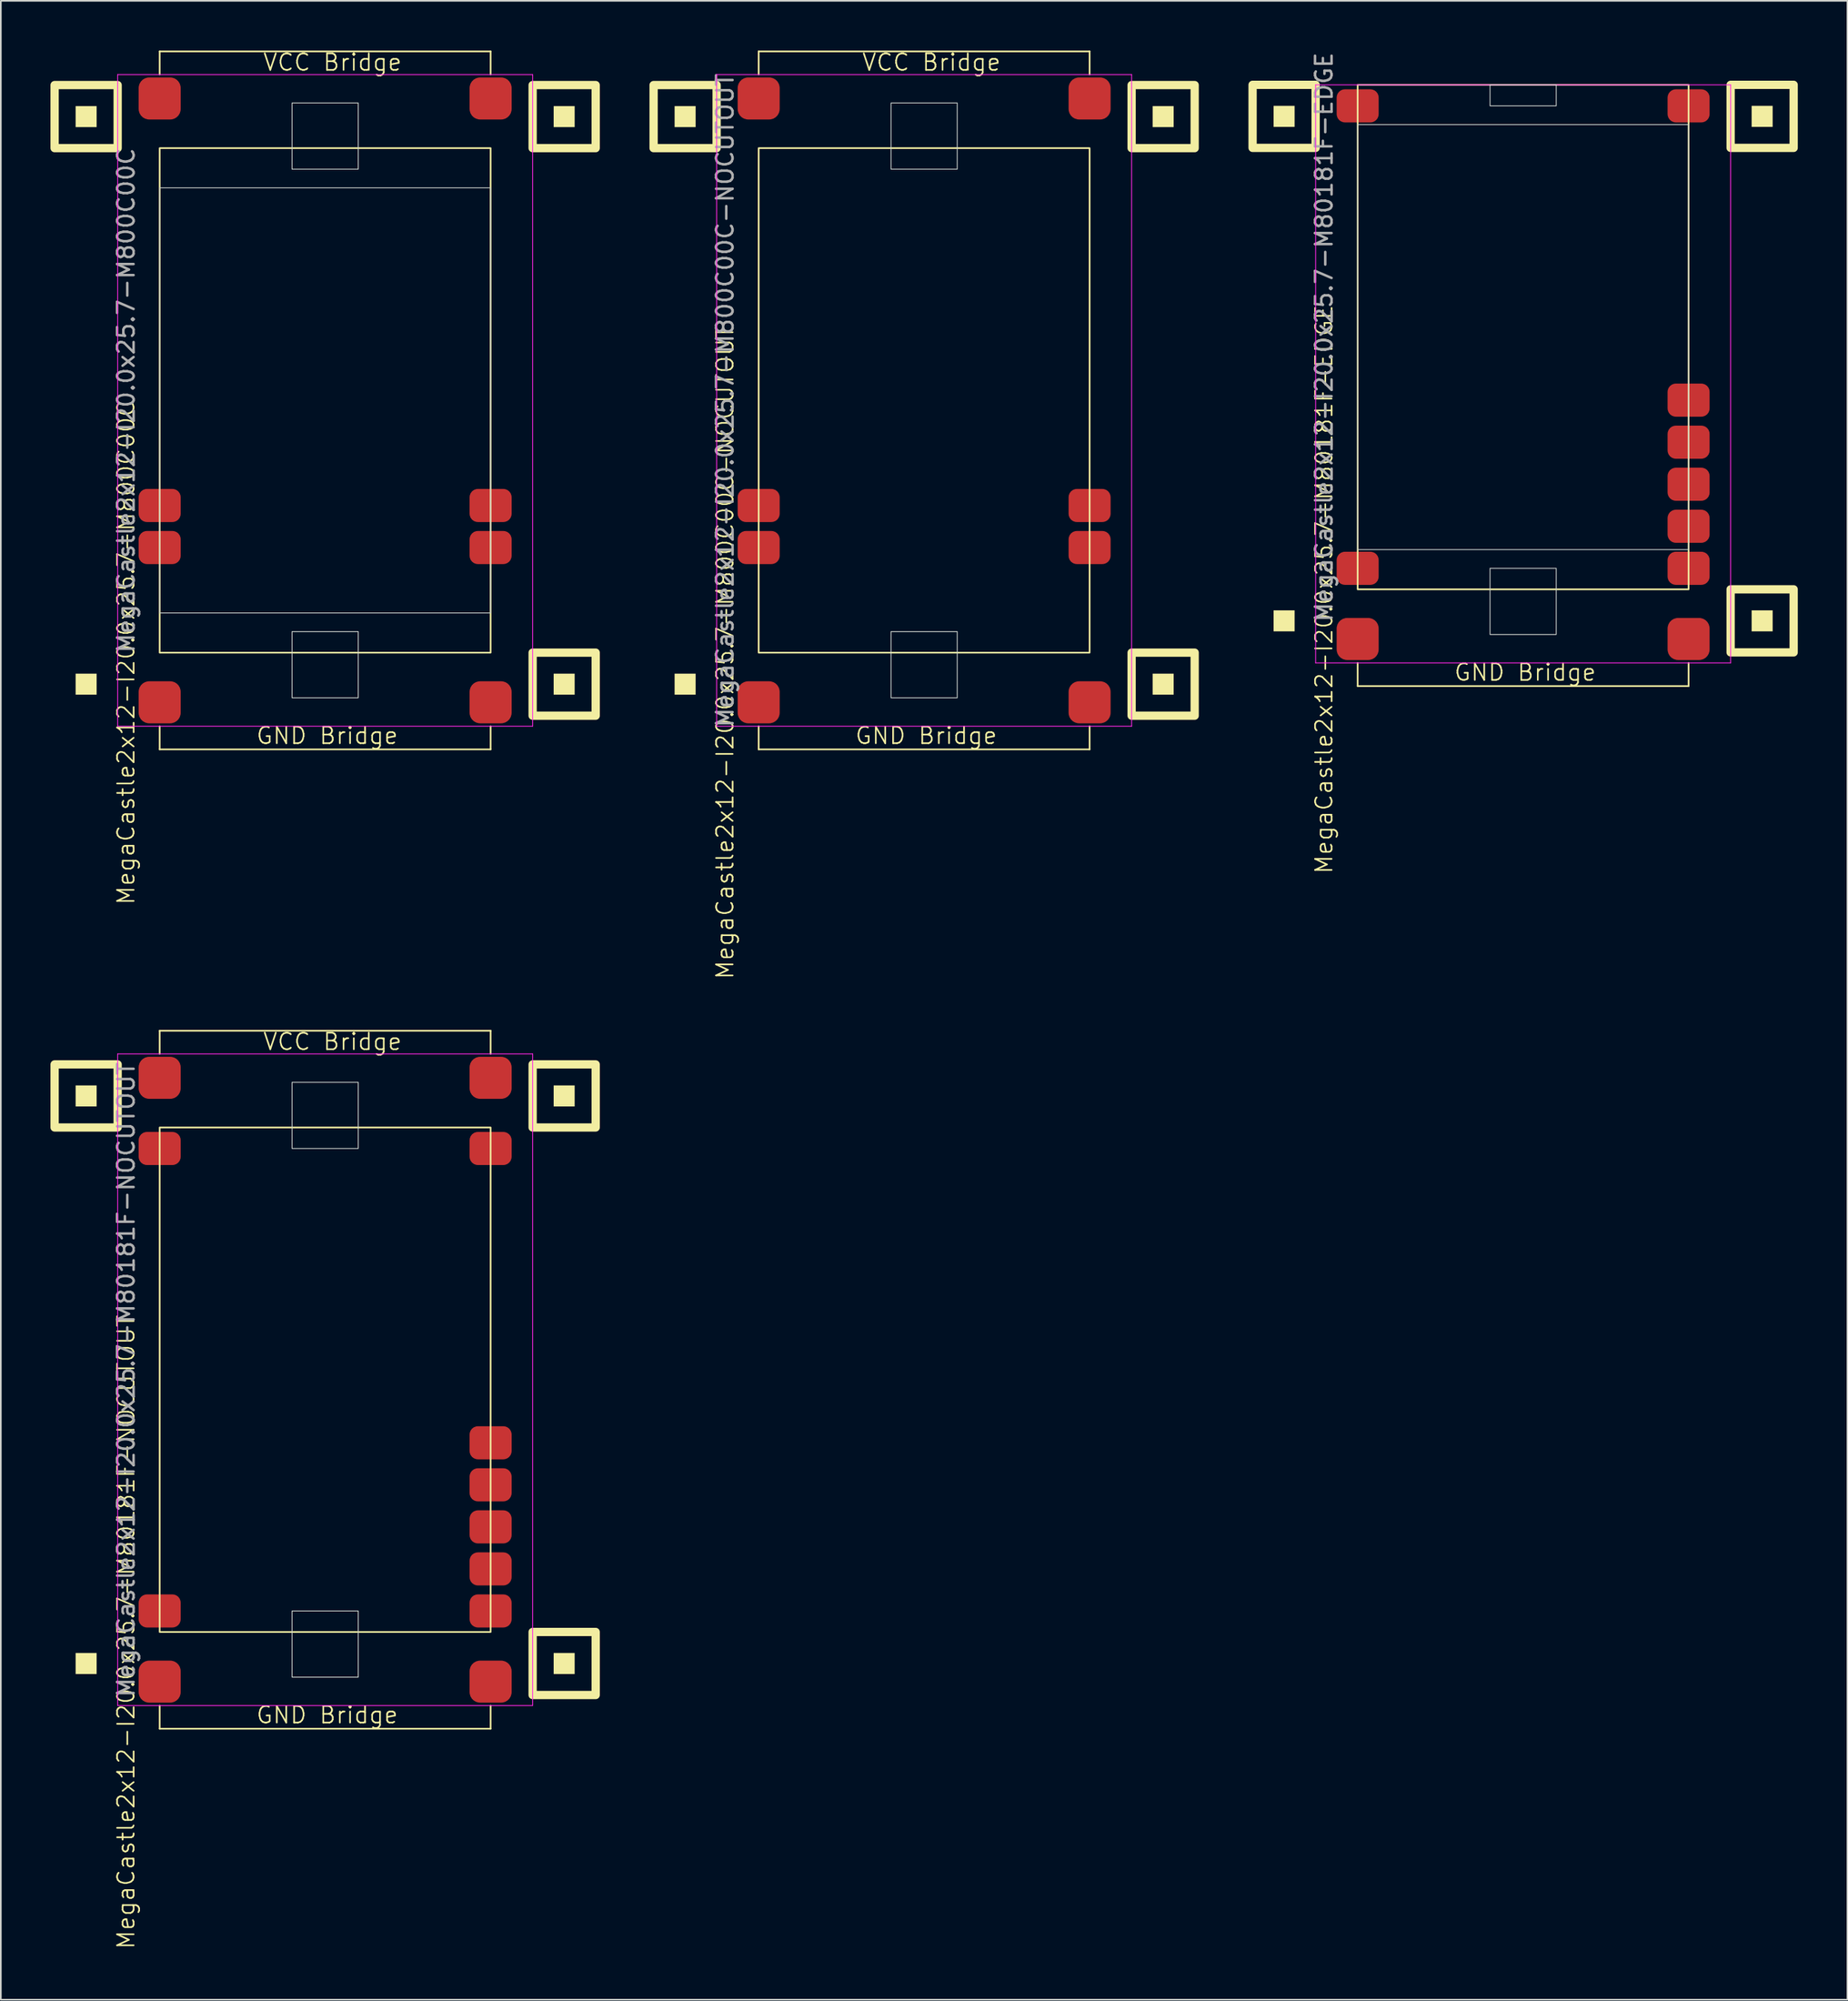
<source format=kicad_pcb>
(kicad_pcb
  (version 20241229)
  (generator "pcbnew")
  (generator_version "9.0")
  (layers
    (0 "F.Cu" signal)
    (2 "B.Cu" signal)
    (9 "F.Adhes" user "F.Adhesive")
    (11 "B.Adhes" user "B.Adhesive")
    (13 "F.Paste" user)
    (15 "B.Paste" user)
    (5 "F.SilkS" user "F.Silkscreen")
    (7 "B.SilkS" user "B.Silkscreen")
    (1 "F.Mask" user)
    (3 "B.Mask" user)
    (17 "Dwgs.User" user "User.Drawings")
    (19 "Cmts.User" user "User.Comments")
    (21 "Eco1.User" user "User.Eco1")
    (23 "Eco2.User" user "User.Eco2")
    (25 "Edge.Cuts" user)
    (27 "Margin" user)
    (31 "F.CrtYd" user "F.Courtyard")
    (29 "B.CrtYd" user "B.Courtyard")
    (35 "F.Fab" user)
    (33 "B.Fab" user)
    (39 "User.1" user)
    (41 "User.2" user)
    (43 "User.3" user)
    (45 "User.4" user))
  (footprint "MegaCastle2x12-I20.0x25.7-M80181F-NOCUTOUT"
    (layer "F.Cu")
    (at 16.6 80.308)
    (property "Reference" "MegaCastle2x12-I20.0x25.7-M80181F-NOCUTOUT" (at -12.032 15.24 90) (unlocked yes) (layer "F.SilkS") (effects (font (size 1 1) (thickness 0.1))))
    (attr smd)
    (fp_line (start -10 -21.085) (end 10 -21.085) (stroke (width 0.1) (type default)) (layer "F.SilkS"))
    (fp_line (start -10 -19.685) (end -10 -21.085) (stroke (width 0.1) (type default)) (layer "F.SilkS"))
    (fp_line (start -10 19.685) (end -10 21.085) (stroke (width 0.1) (type default)) (layer "F.SilkS"))
    (fp_line (start -10 21.085) (end 10 21.085) (stroke (width 0.1) (type default)) (layer "F.SilkS"))
    (fp_line (start 10 -19.685) (end 10 -21.085) (stroke (width 0.1) (type default)) (layer "F.SilkS"))
    (fp_line (start 10 19.685) (end 10 21.085) (stroke (width 0.1) (type default)) (layer "F.SilkS"))
    (fp_rect (start -13.81 -16.51) (end -15.08 -17.78) (stroke (width 0) (type solid)) (fill yes) (layer "F.SilkS"))
    (fp_rect (start -13.81 17.78) (end -15.08 16.51) (stroke (width 0) (type solid)) (fill yes) (layer "F.SilkS"))
    (fp_rect (start -12.54 -15.24) (end -16.35 -19.05) (stroke (width 0.5) (type default)) (fill no) (layer "F.SilkS"))
    (fp_rect (start -10 -15.24) (end 10 15.24) (stroke (width 0.1) (type default)) (fill no) (layer "F.SilkS"))
    (fp_rect (start 15.08 -16.51) (end 13.81 -17.78) (stroke (width 0) (type solid)) (fill yes) (layer "F.SilkS"))
    (fp_rect (start 15.08 17.78) (end 13.81 16.51) (stroke (width 0) (type solid)) (fill yes) (layer "F.SilkS"))
    (fp_rect (start 16.35 -15.24) (end 12.54 -19.05) (stroke (width 0.5) (type default)) (fill no) (layer "F.SilkS"))
    (fp_rect (start 16.35 19.05) (end 12.54 15.24) (stroke (width 0.5) (type default)) (fill no) (layer "F.SilkS"))
    (fp_rect (start -2 -13.97) (end 2 -17.97) (stroke (width 0.05) (type default)) (fill no) (layer "Edge.Cuts"))
    (fp_rect (start -2 13.97) (end 2 17.97) (stroke (width 0.05) (type default)) (fill no) (layer "Edge.Cuts"))
    (fp_line (start -12.54 -19.685) (end -12.54 19.685) (stroke (width 0.05) (type default)) (layer "F.CrtYd"))
    (fp_line (start -12.54 19.685) (end 12.54 19.685) (stroke (width 0.05) (type default)) (layer "F.CrtYd"))
    (fp_line (start 12.54 -19.685) (end -12.54 -19.685) (stroke (width 0.05) (type default)) (layer "F.CrtYd"))
    (fp_line (start 12.54 -19.685) (end 12.54 19.685) (stroke (width 0.05) (type default)) (layer "F.CrtYd"))
    (fp_text user "VCC Bridge" (at -3.81 -19.84 0) (unlocked yes) (layer "F.SilkS") (effects (font (size 1 1) (thickness 0.1)) (justify left bottom)))
    (fp_text user "GND Bridge" (at -4.226 20.84 0) (unlocked yes) (layer "F.SilkS") (effects (font (size 1 1) (thickness 0.1)) (justify left bottom)))
    (fp_text user "${REFERENCE}" (at -12.032 0 90) (unlocked yes) (layer "F.Fab") (effects (font (size 1 1) (thickness 0.15))))
    (pad "1" smd roundrect (at -10 -13.97) (size 2.54 2) (layers "F.Cu" "F.Mask" "F.Paste") (roundrect_rratio 0.25))
    (pad "12" smd roundrect (at -10 13.97) (size 2.54 2) (layers "F.Cu" "F.Mask" "F.Paste") (roundrect_rratio 0.25))
    (pad "13" smd roundrect (at 10 -13.97) (size 2.54 2) (layers "F.Cu" "F.Mask" "F.Paste") (roundrect_rratio 0.25))
    (pad "20" smd roundrect (at 10 3.81) (size 2.54 2) (layers "F.Cu" "F.Mask" "F.Paste") (roundrect_rratio 0.25))
    (pad "21" smd roundrect (at 10 6.35) (size 2.54 2) (layers "F.Cu" "F.Mask" "F.Paste") (roundrect_rratio 0.25))
    (pad "22" smd roundrect (at 10 8.89) (size 2.54 2) (layers "F.Cu" "F.Mask" "F.Paste") (roundrect_rratio 0.25))
    (pad "23" smd roundrect (at 10 11.43) (size 2.54 2) (layers "F.Cu" "F.Mask" "F.Paste") (roundrect_rratio 0.25))
    (pad "24" smd roundrect (at 10 13.97) (size 2.54 2) (layers "F.Cu" "F.Mask" "F.Paste") (roundrect_rratio 0.25))
    (pad "A1" smd roundrect (at -10 -18.24) (size 2.54 2.54) (layers "F.Cu" "F.Mask" "F.Paste") (roundrect_rratio 0.25))
    (pad "A2" smd roundrect (at 10 -18.24) (size 2.54 2.54) (layers "F.Cu" "F.Mask" "F.Paste") (roundrect_rratio 0.25))
    (pad "B1" smd roundrect (at -10 18.24) (size 2.54 2.54) (layers "F.Cu" "F.Mask" "F.Paste") (roundrect_rratio 0.25))
    (pad "B2" smd roundrect (at 10 18.24) (size 2.54 2.54) (layers "F.Cu" "F.Mask" "F.Paste") (roundrect_rratio 0.25)))
  (footprint "MegaCastle2x12-I20.0x25.7-M800C00C-NOCUTOUT"
    (layer "F.Cu")
    (at 52.8 21.14)
    (property "Reference" "MegaCastle2x12-I20.0x25.7-M800C00C-NOCUTOUT" (at -12.032 15.24 90) (unlocked yes) (layer "F.SilkS") (effects (font (size 1 1) (thickness 0.1))))
    (attr smd)
    (fp_line (start -10 -21.085) (end 10 -21.085) (stroke (width 0.1) (type default)) (layer "F.SilkS"))
    (fp_line (start -10 -19.685) (end -10 -21.085) (stroke (width 0.1) (type default)) (layer "F.SilkS"))
    (fp_line (start -10 19.685) (end -10 21.085) (stroke (width 0.1) (type default)) (layer "F.SilkS"))
    (fp_line (start -10 21.085) (end 10 21.085) (stroke (width 0.1) (type default)) (layer "F.SilkS"))
    (fp_line (start 10 -19.685) (end 10 -21.085) (stroke (width 0.1) (type default)) (layer "F.SilkS"))
    (fp_line (start 10 19.685) (end 10 21.085) (stroke (width 0.1) (type default)) (layer "F.SilkS"))
    (fp_rect (start -13.81 -16.51) (end -15.08 -17.78) (stroke (width 0) (type solid)) (fill yes) (layer "F.SilkS"))
    (fp_rect (start -13.81 17.78) (end -15.08 16.51) (stroke (width 0) (type solid)) (fill yes) (layer "F.SilkS"))
    (fp_rect (start -12.54 -15.24) (end -16.35 -19.05) (stroke (width 0.5) (type default)) (fill no) (layer "F.SilkS"))
    (fp_rect (start -10 -15.24) (end 10 15.24) (stroke (width 0.1) (type default)) (fill no) (layer "F.SilkS"))
    (fp_rect (start 15.08 -16.51) (end 13.81 -17.78) (stroke (width 0) (type solid)) (fill yes) (layer "F.SilkS"))
    (fp_rect (start 15.08 17.78) (end 13.81 16.51) (stroke (width 0) (type solid)) (fill yes) (layer "F.SilkS"))
    (fp_rect (start 16.35 -15.24) (end 12.54 -19.05) (stroke (width 0.5) (type default)) (fill no) (layer "F.SilkS"))
    (fp_rect (start 16.35 19.05) (end 12.54 15.24) (stroke (width 0.5) (type default)) (fill no) (layer "F.SilkS"))
    (fp_rect (start -2 -13.97) (end 2 -17.97) (stroke (width 0.05) (type default)) (fill no) (layer "Edge.Cuts"))
    (fp_rect (start -2 13.97) (end 2 17.97) (stroke (width 0.05) (type default)) (fill no) (layer "Edge.Cuts"))
    (fp_line (start -12.54 -19.685) (end -12.54 19.685) (stroke (width 0.05) (type default)) (layer "F.CrtYd"))
    (fp_line (start -12.54 19.685) (end 12.54 19.685) (stroke (width 0.05) (type default)) (layer "F.CrtYd"))
    (fp_line (start 12.54 -19.685) (end -12.54 -19.685) (stroke (width 0.05) (type default)) (layer "F.CrtYd"))
    (fp_line (start 12.54 -19.685) (end 12.54 19.685) (stroke (width 0.05) (type default)) (layer "F.CrtYd"))
    (fp_text user "GND Bridge" (at -4.226 20.84 0) (unlocked yes) (layer "F.SilkS") (effects (font (size 1 1) (thickness 0.1)) (justify left bottom)))
    (fp_text user "VCC Bridge" (at -3.81 -19.84 0) (unlocked yes) (layer "F.SilkS") (effects (font (size 1 1) (thickness 0.1)) (justify left bottom)))
    (fp_text user "${REFERENCE}" (at -12.032 0 90) (unlocked yes) (layer "F.Fab") (effects (font (size 1 1) (thickness 0.15))))
    (pad "9" smd roundrect (at -10 6.35) (size 2.54 2) (layers "F.Cu" "F.Mask" "F.Paste") (roundrect_rratio 0.25))
    (pad "10" smd roundrect (at -10 8.89) (size 2.54 2) (layers "F.Cu" "F.Mask" "F.Paste") (roundrect_rratio 0.25))
    (pad "21" smd roundrect (at 10 6.35) (size 2.54 2) (layers "F.Cu" "F.Mask" "F.Paste") (roundrect_rratio 0.25))
    (pad "22" smd roundrect (at 10 8.89) (size 2.54 2) (layers "F.Cu" "F.Mask" "F.Paste") (roundrect_rratio 0.25))
    (pad "A1" smd roundrect (at -10 -18.24) (size 2.54 2.54) (layers "F.Cu" "F.Mask" "F.Paste") (roundrect_rratio 0.25))
    (pad "A2" smd roundrect (at 10 -18.24) (size 2.54 2.54) (layers "F.Cu" "F.Mask" "F.Paste") (roundrect_rratio 0.25))
    (pad "B1" smd roundrect (at -10 18.24) (size 2.54 2.54) (layers "F.Cu" "F.Mask" "F.Paste") (roundrect_rratio 0.25))
    (pad "B2" smd roundrect (at 10 18.24) (size 2.54 2.54) (layers "F.Cu" "F.Mask" "F.Paste") (roundrect_rratio 0.25)))
  (footprint "MegaCastle2x12-I20.0x25.7-M80181F-EDGE"
    (layer "F.Cu")
    (at 89 17.315)
    (property "Reference" "MegaCastle2x12-I20.0x25.7-M80181F-EDGE" (at -12.032 15.24 90) (unlocked yes) (layer "F.SilkS") (effects (font (size 1 1) (thickness 0.1))))
    (attr smd)
    (fp_line (start -10 19.685) (end -10 21.085) (stroke (width 0.1) (type default)) (layer "F.SilkS"))
    (fp_line (start -10 21.085) (end 10 21.085) (stroke (width 0.1) (type default)) (layer "F.SilkS"))
    (fp_line (start 10 19.685) (end 10 21.085) (stroke (width 0.1) (type default)) (layer "F.SilkS"))
    (fp_rect (start -13.81 -12.7) (end -15.08 -13.97) (stroke (width 0) (type solid)) (fill yes) (layer "F.SilkS"))
    (fp_rect (start -13.81 17.78) (end -15.08 16.51) (stroke (width 0) (type solid)) (fill yes) (layer "F.SilkS"))
    (fp_rect (start -12.54 -11.43) (end -16.35 -15.24) (stroke (width 0.5) (type default)) (fill no) (layer "F.SilkS"))
    (fp_rect (start -10 -15.24) (end 10 15.24) (stroke (width 0.1) (type default)) (fill no) (layer "F.SilkS"))
    (fp_rect (start 15.08 -12.7) (end 13.81 -13.97) (stroke (width 0) (type solid)) (fill yes) (layer "F.SilkS"))
    (fp_rect (start 15.08 17.78) (end 13.81 16.51) (stroke (width 0) (type solid)) (fill yes) (layer "F.SilkS"))
    (fp_rect (start 16.35 -11.43) (end 12.54 -15.24) (stroke (width 0.5) (type default)) (fill no) (layer "F.SilkS"))
    (fp_rect (start 16.35 19.05) (end 12.54 15.24) (stroke (width 0.5) (type default)) (fill no) (layer "F.SilkS"))
    (fp_rect (start -10 -12.84) (end 10 12.84) (stroke (width 0.05) (type default)) (fill no) (layer "Edge.Cuts"))
    (fp_rect (start -2 -13.97) (end 2 -15.24) (stroke (width 0.05) (type default)) (fill no) (layer "Edge.Cuts"))
    (fp_rect (start -2 13.97) (end 2 17.97) (stroke (width 0.05) (type default)) (fill no) (layer "Edge.Cuts"))
    (fp_line (start -12.54 -15.24) (end -12.54 19.685) (stroke (width 0.05) (type default)) (layer "F.CrtYd"))
    (fp_line (start -12.54 19.685) (end 12.54 19.685) (stroke (width 0.05) (type default)) (layer "F.CrtYd"))
    (fp_line (start 12.54 -15.24) (end -12.54 -15.24) (stroke (width 0.05) (type default)) (layer "F.CrtYd"))
    (fp_line (start 12.54 -15.24) (end 12.54 19.685) (stroke (width 0.05) (type default)) (layer "F.CrtYd"))
    (fp_text user "GND Bridge" (at -4.226 20.84 0) (unlocked yes) (layer "F.SilkS") (effects (font (size 1 1) (thickness 0.1)) (justify left bottom)))
    (fp_text user "${REFERENCE}" (at -12.032 0 90) (unlocked yes) (layer "F.Fab") (effects (font (size 1 1) (thickness 0.15))))
    (pad "1" smd roundrect (at -10 -13.97) (size 2.54 2) (layers "F.Cu" "F.Mask" "F.Paste") (roundrect_rratio 0.25))
    (pad "12" smd roundrect (at -10 13.97) (size 2.54 2) (layers "F.Cu" "F.Mask" "F.Paste") (roundrect_rratio 0.25))
    (pad "13" smd roundrect (at 10 -13.97) (size 2.54 2) (layers "F.Cu" "F.Mask" "F.Paste") (roundrect_rratio 0.25))
    (pad "20" smd roundrect (at 10 3.81) (size 2.54 2) (layers "F.Cu" "F.Mask" "F.Paste") (roundrect_rratio 0.25))
    (pad "21" smd roundrect (at 10 6.35) (size 2.54 2) (layers "F.Cu" "F.Mask" "F.Paste") (roundrect_rratio 0.25))
    (pad "22" smd roundrect (at 10 8.89) (size 2.54 2) (layers "F.Cu" "F.Mask" "F.Paste") (roundrect_rratio 0.25))
    (pad "23" smd roundrect (at 10 11.43) (size 2.54 2) (layers "F.Cu" "F.Mask" "F.Paste") (roundrect_rratio 0.25))
    (pad "24" smd roundrect (at 10 13.97) (size 2.54 2) (layers "F.Cu" "F.Mask" "F.Paste") (roundrect_rratio 0.25))
    (pad "B1" smd roundrect (at -10 18.24) (size 2.54 2.54) (layers "F.Cu" "F.Mask" "F.Paste") (roundrect_rratio 0.25))
    (pad "B2" smd roundrect (at 10 18.24) (size 2.54 2.54) (layers "F.Cu" "F.Mask" "F.Paste") (roundrect_rratio 0.25)))
  (footprint "MegaCastle2x12-I20.0x25.7-M800C00C"
    (layer "F.Cu")
    (at 16.6 21.14)
    (property "Reference" "MegaCastle2x12-I20.0x25.7-M800C00C" (at -12.032 15.24 90) (unlocked yes) (layer "F.SilkS") (effects (font (size 1 1) (thickness 0.1))))
    (attr smd)
    (fp_line (start -10 -21.085) (end 10 -21.085) (stroke (width 0.1) (type default)) (layer "F.SilkS"))
    (fp_line (start -10 -19.685) (end -10 -21.085) (stroke (width 0.1) (type default)) (layer "F.SilkS"))
    (fp_line (start -10 19.685) (end -10 21.085) (stroke (width 0.1) (type default)) (layer "F.SilkS"))
    (fp_line (start -10 21.085) (end 10 21.085) (stroke (width 0.1) (type default)) (layer "F.SilkS"))
    (fp_line (start 10 -19.685) (end 10 -21.085) (stroke (width 0.1) (type default)) (layer "F.SilkS"))
    (fp_line (start 10 19.685) (end 10 21.085) (stroke (width 0.1) (type default)) (layer "F.SilkS"))
    (fp_rect (start -13.81 -16.51) (end -15.08 -17.78) (stroke (width 0) (type solid)) (fill yes) (layer "F.SilkS"))
    (fp_rect (start -13.81 17.78) (end -15.08 16.51) (stroke (width 0) (type solid)) (fill yes) (layer "F.SilkS"))
    (fp_rect (start -12.54 -15.24) (end -16.35 -19.05) (stroke (width 0.5) (type default)) (fill no) (layer "F.SilkS"))
    (fp_rect (start -10 -15.24) (end 10 15.24) (stroke (width 0.1) (type default)) (fill no) (layer "F.SilkS"))
    (fp_rect (start 15.08 -16.51) (end 13.81 -17.78) (stroke (width 0) (type solid)) (fill yes) (layer "F.SilkS"))
    (fp_rect (start 15.08 17.78) (end 13.81 16.51) (stroke (width 0) (type solid)) (fill yes) (layer "F.SilkS"))
    (fp_rect (start 16.35 -15.24) (end 12.54 -19.05) (stroke (width 0.5) (type default)) (fill no) (layer "F.SilkS"))
    (fp_rect (start 16.35 19.05) (end 12.54 15.24) (stroke (width 0.5) (type default)) (fill no) (layer "F.SilkS"))
    (fp_rect (start -10 -12.84) (end 10 12.84) (stroke (width 0.05) (type default)) (fill no) (layer "Edge.Cuts"))
    (fp_rect (start -2 -13.97) (end 2 -17.97) (stroke (width 0.05) (type default)) (fill no) (layer "Edge.Cuts"))
    (fp_rect (start -2 13.97) (end 2 17.97) (stroke (width 0.05) (type default)) (fill no) (layer "Edge.Cuts"))
    (fp_line (start -12.54 -19.685) (end -12.54 19.685) (stroke (width 0.05) (type default)) (layer "F.CrtYd"))
    (fp_line (start -12.54 19.685) (end 12.54 19.685) (stroke (width 0.05) (type default)) (layer "F.CrtYd"))
    (fp_line (start 12.54 -19.685) (end -12.54 -19.685) (stroke (width 0.05) (type default)) (layer "F.CrtYd"))
    (fp_line (start 12.54 -19.685) (end 12.54 19.685) (stroke (width 0.05) (type default)) (layer "F.CrtYd"))
    (fp_text user "GND Bridge" (at -4.226 20.84 0) (unlocked yes) (layer "F.SilkS") (effects (font (size 1 1) (thickness 0.1)) (justify left bottom)))
    (fp_text user "VCC Bridge" (at -3.81 -19.84 0) (unlocked yes) (layer "F.SilkS") (effects (font (size 1 1) (thickness 0.1)) (justify left bottom)))
    (fp_text user "${REFERENCE}" (at -12.032 0 90) (unlocked yes) (layer "F.Fab") (effects (font (size 1 1) (thickness 0.15))))
    (pad "9" smd roundrect (at -10 6.35) (size 2.54 2) (layers "F.Cu" "F.Mask" "F.Paste") (roundrect_rratio 0.25))
    (pad "10" smd roundrect (at -10 8.89) (size 2.54 2) (layers "F.Cu" "F.Mask" "F.Paste") (roundrect_rratio 0.25))
    (pad "21" smd roundrect (at 10 6.35) (size 2.54 2) (layers "F.Cu" "F.Mask" "F.Paste") (roundrect_rratio 0.25))
    (pad "22" smd roundrect (at 10 8.89) (size 2.54 2) (layers "F.Cu" "F.Mask" "F.Paste") (roundrect_rratio 0.25))
    (pad "A1" smd roundrect (at -10 -18.24) (size 2.54 2.54) (layers "F.Cu" "F.Mask" "F.Paste") (roundrect_rratio 0.25))
    (pad "A2" smd roundrect (at 10 -18.24) (size 2.54 2.54) (layers "F.Cu" "F.Mask" "F.Paste") (roundrect_rratio 0.25))
    (pad "B1" smd roundrect (at -10 18.24) (size 2.54 2.54) (layers "F.Cu" "F.Mask" "F.Paste") (roundrect_rratio 0.25))
    (pad "B2" smd roundrect (at 10 18.24) (size 2.54 2.54) (layers "F.Cu" "F.Mask" "F.Paste") (roundrect_rratio 0.25)))
  (gr_rect
    (start -3 -3)
    (end 108.6 117.765)
    (stroke (width 0.1) (type default))
    (fill no)
    (layer "Edge.Cuts")))
</source>
